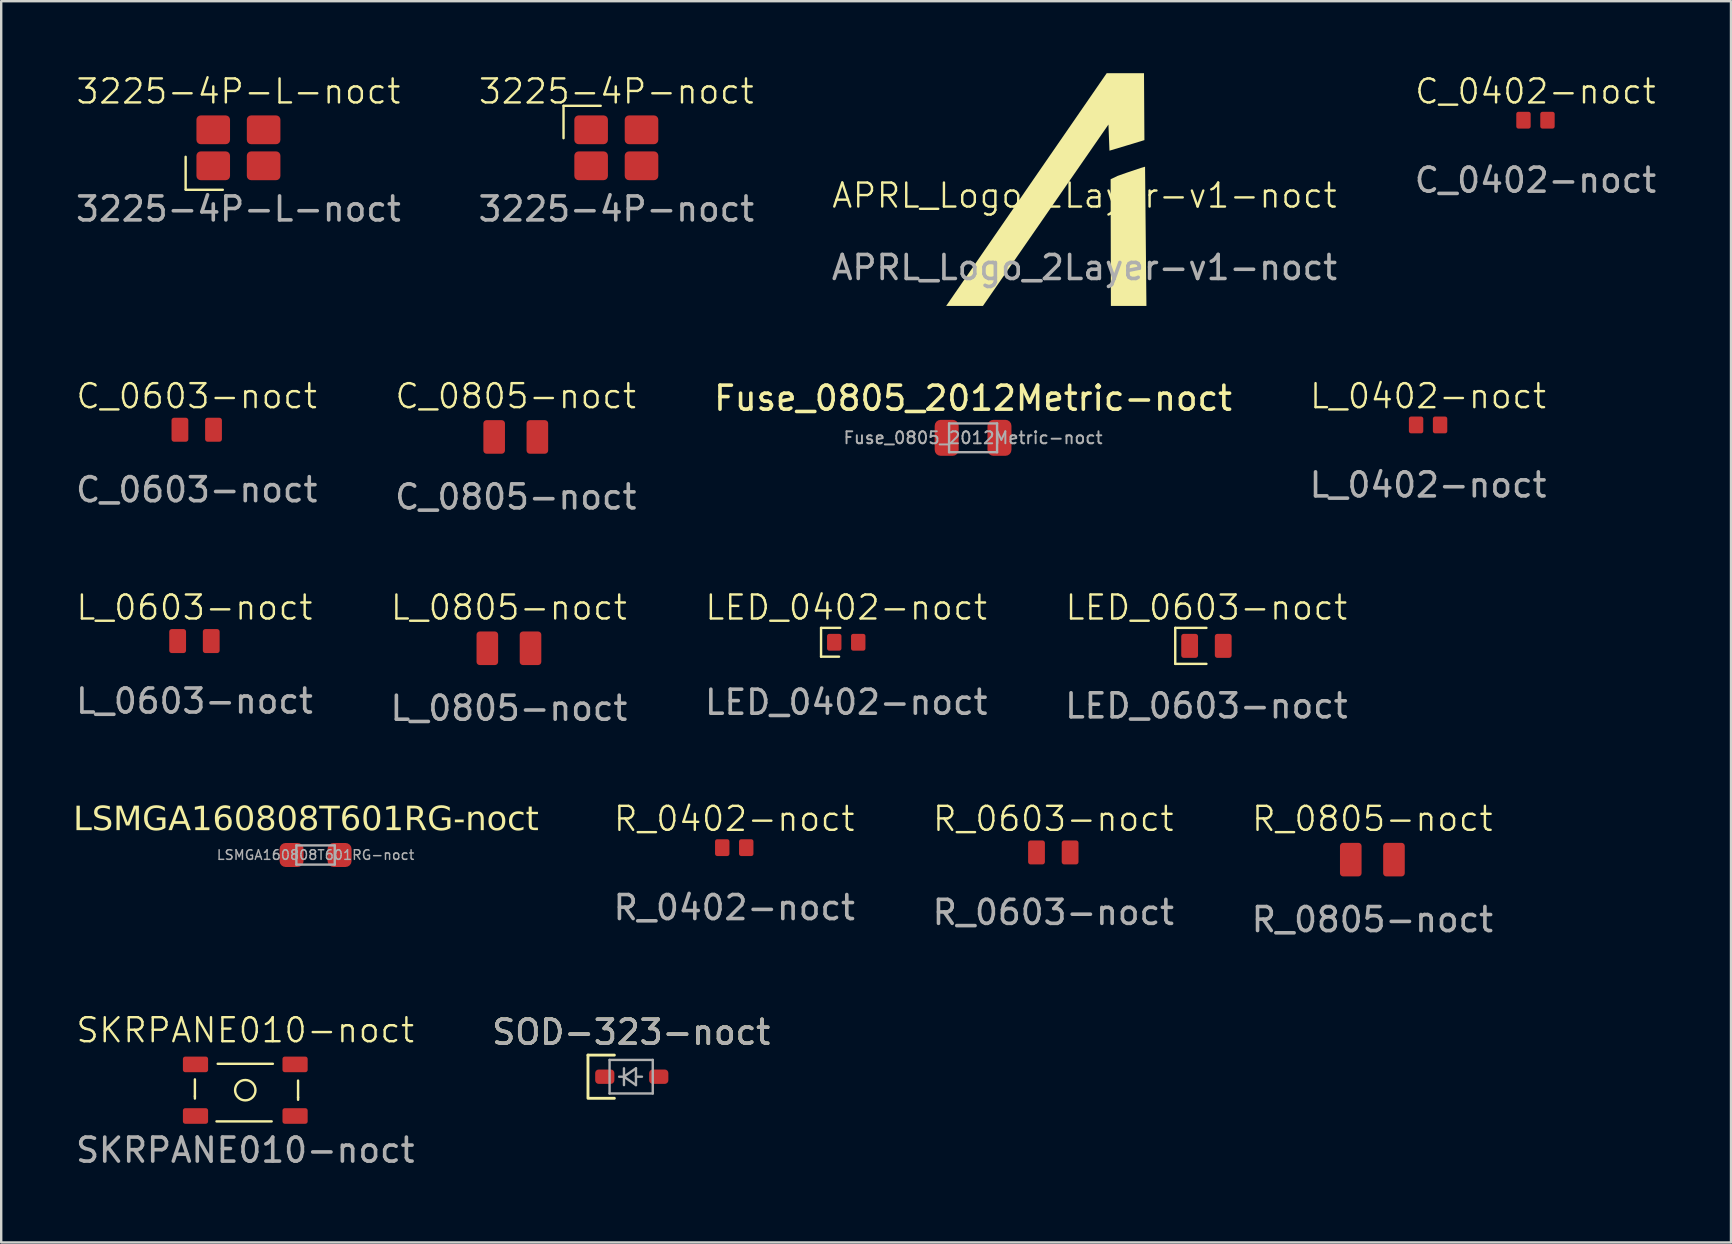
<source format=kicad_pcb>
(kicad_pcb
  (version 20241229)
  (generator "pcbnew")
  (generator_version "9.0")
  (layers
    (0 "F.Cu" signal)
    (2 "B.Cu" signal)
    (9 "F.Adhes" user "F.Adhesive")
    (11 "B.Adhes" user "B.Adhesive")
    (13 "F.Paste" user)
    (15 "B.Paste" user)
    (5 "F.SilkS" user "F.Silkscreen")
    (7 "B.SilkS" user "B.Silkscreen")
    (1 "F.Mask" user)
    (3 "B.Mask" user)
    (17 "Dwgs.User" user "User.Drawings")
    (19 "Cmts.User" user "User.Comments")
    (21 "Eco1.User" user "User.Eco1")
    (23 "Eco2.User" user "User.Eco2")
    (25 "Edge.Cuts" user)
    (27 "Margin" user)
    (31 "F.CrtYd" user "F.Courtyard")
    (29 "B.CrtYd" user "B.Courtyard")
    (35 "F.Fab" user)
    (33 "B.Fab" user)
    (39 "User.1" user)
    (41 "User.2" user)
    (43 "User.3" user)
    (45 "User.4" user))
  (footprint "LED_0603-noct"
    (layer "F.Cu")
    (at 47.232 23.869)
    (property "Reference" "LED_0603-noct" (at 0 -1.6 0) (unlocked yes) (layer "F.SilkS") (effects (font (size 1 1) (thickness 0.1))))
    (attr through_hole)
    (fp_line (start -1.3 -0.75) (end 0 -0.75) (stroke (width 0.1) (type default)) (layer "F.SilkS"))
    (fp_line (start -1.3 0.75) (end -1.3 -0.75) (stroke (width 0.1) (type default)) (layer "F.SilkS"))
    (fp_line (start -1.3 0.75) (end 0 0.75) (stroke (width 0.1) (type default)) (layer "F.SilkS"))
    (fp_text user "${REFERENCE}" (at 0 2.5 0) (unlocked yes) (layer "F.Fab") (effects (font (size 1 1) (thickness 0.15))))
    (pad "1" smd roundrect (at -0.7 0) (size 0.7 1) (layers "F.Cu" "F.Mask" "F.Paste") (roundrect_rratio 0.15))
    (pad "2" smd roundrect (at 0.7 0) (size 0.7 1) (layers "F.Cu" "F.Mask" "F.Paste") (roundrect_rratio 0.15)))
  (footprint "L_0603-noct"
    (layer "F.Cu")
    (at 5.054 23.669)
    (property "Reference" "L_0603-noct" (at 0 -1.4 0) (unlocked yes) (layer "F.SilkS") (effects (font (size 1 1) (thickness 0.1))))
    (attr through_hole)
    (fp_text user "${REFERENCE}" (at 0 2.5 0) (unlocked yes) (layer "F.Fab") (effects (font (size 1 1) (thickness 0.15))))
    (pad "1" smd roundrect (at -0.7 0) (size 0.7 1) (layers "F.Cu" "F.Mask" "F.Paste") (roundrect_rratio 0.15))
    (pad "2" smd roundrect (at 0.7 0) (size 0.7 1) (layers "F.Cu" "F.Mask" "F.Paste") (roundrect_rratio 0.15)))
  (footprint "3225-4P-noct"
    (layer "F.Cu")
    (at 22.637 3.16)
    (property "Reference" "3225-4P-noct" (at 0 -2.4 0) (unlocked yes) (layer "F.SilkS") (effects (font (size 1 1) (thickness 0.1))))
    (attr smd)
    (fp_line (start -2.2 -1.8) (end -2.2 -0.45) (stroke (width 0.1) (type default)) (layer "F.SilkS"))
    (fp_line (start -0.65 -1.8) (end -2.2 -1.8) (stroke (width 0.1) (type default)) (layer "F.SilkS"))
    (fp_text user "${REFERENCE}" (at 0 2.5 0) (unlocked yes) (layer "F.Fab") (effects (font (size 1 1) (thickness 0.15))))
    (pad "1" smd roundrect (at -1.05 -0.8) (size 1.4 1.2) (layers "F.Cu" "F.Mask" "F.Paste") (roundrect_rratio 0.15))
    (pad "2" smd roundrect (at 1.05 -0.8) (size 1.4 1.2) (layers "F.Cu" "F.Mask" "F.Paste") (roundrect_rratio 0.15))
    (pad "3" smd roundrect (at 1.05 0.7) (size 1.4 1.2) (layers "F.Cu" "F.Mask" "F.Paste") (roundrect_rratio 0.15))
    (pad "4" smd roundrect (at -1.05 0.7) (size 1.4 1.2) (layers "F.Cu" "F.Mask" "F.Paste") (roundrect_rratio 0.15)))
  (footprint "R_0603-noct"
    (layer "F.Cu")
    (at 40.85 32.478)
    (property "Reference" "R_0603-noct" (at 0 -1.4 0) (unlocked yes) (layer "F.SilkS") (effects (font (size 1 1) (thickness 0.1))))
    (attr through_hole)
    (fp_text user "${REFERENCE}" (at 0 2.5 0) (unlocked yes) (layer "F.Fab") (effects (font (size 1 1) (thickness 0.15))))
    (pad "1" smd roundrect (at -0.7 0) (size 0.7 1) (layers "F.Cu" "F.Mask" "F.Paste") (roundrect_rratio 0.15))
    (pad "2" smd roundrect (at 0.7 0) (size 0.7 1) (layers "F.Cu" "F.Mask" "F.Paste") (roundrect_rratio 0.15)))
  (footprint "L_0805-noct"
    (layer "F.Cu")
    (at 18.161 23.969)
    (property "Reference" "L_0805-noct" (at 0 -1.7 0) (unlocked yes) (layer "F.SilkS") (effects (font (size 1 1) (thickness 0.1))))
    (attr through_hole)
    (fp_text user "${REFERENCE}" (at 0 2.5 0) (unlocked yes) (layer "F.Fab") (effects (font (size 1 1) (thickness 0.15))))
    (pad "1" smd roundrect (at -0.9 0) (size 0.9 1.4) (layers "F.Cu" "F.Mask" "F.Paste") (roundrect_rratio 0.15))
    (pad "2" smd roundrect (at 0.9 0) (size 0.9 1.4) (layers "F.Cu" "F.Mask" "F.Paste") (roundrect_rratio 0.15)))
  (footprint "LSMGA160808T601RG-noct"
    (layer "F.Cu")
    (at 10.102 32.584)
    (property "Reference" "LSMGA160808T601RG-noct" (at -0.4 -1.45 0) (layer "F.SilkS") (effects (font (face "Inter") (size 1 1) (thickness 0.15))))
    (attr smd)
    (fp_line (start -0.8 -0.4) (end 0.8 -0.4) (stroke (width 0.1) (type solid)) (layer "F.Fab"))
    (fp_line (start -0.8 0.4) (end -0.8 -0.4) (stroke (width 0.1) (type solid)) (layer "F.Fab"))
    (fp_line (start 0.8 -0.4) (end 0.8 0.4) (stroke (width 0.1) (type solid)) (layer "F.Fab"))
    (fp_line (start 0.8 0.4) (end -0.8 0.4) (stroke (width 0.1) (type solid)) (layer "F.Fab"))
    (fp_text user "${REFERENCE}" (at 0 0 0) (layer "F.Fab") (effects (font (size 0.4 0.4) (thickness 0.06))))
    (pad "1" smd roundrect (at -1 0) (size 1 1) (layers "F.Cu" "F.Mask" "F.Paste") (roundrect_rratio 0.25))
    (pad "2" smd roundrect (at 1 0) (size 1 1) (layers "F.Cu" "F.Mask" "F.Paste") (roundrect_rratio 0.25)))
  (footprint "R_0402-noct"
    (layer "F.Cu")
    (at 27.552 32.278)
    (property "Reference" "R_0402-noct" (at 0 -1.2 0) (unlocked yes) (layer "F.SilkS") (effects (font (size 1 1) (thickness 0.1))))
    (attr through_hole)
    (fp_text user "${REFERENCE}" (at 0 2.5 0) (unlocked yes) (layer "F.Fab") (effects (font (size 1 1) (thickness 0.15))))
    (pad "1" smd roundrect (at -0.5 0) (size 0.6 0.7) (layers "F.Cu" "F.Mask" "F.Paste") (roundrect_rratio 0.15))
    (pad "2" smd roundrect (at 0.5 0) (size 0.6 0.7) (layers "F.Cu" "F.Mask" "F.Paste") (roundrect_rratio 0.15)))
  (footprint "C_0603-noct"
    (layer "F.Cu")
    (at 5.149 14.861)
    (property "Reference" "C_0603-noct" (at 0 -1.4 0) (unlocked yes) (layer "F.SilkS") (effects (font (size 1 1) (thickness 0.1))))
    (attr through_hole)
    (fp_text user "${REFERENCE}" (at 0 2.5 0) (unlocked yes) (layer "F.Fab") (effects (font (size 1 1) (thickness 0.15))))
    (pad "1" smd roundrect (at -0.7 0) (size 0.7 1) (layers "F.Cu" "F.Mask" "F.Paste") (roundrect_rratio 0.15))
    (pad "2" smd roundrect (at 0.7 0) (size 0.7 1) (layers "F.Cu" "F.Mask" "F.Paste") (roundrect_rratio 0.15)))
  (footprint "Fuse_0805_2012Metric-noct"
    (layer "F.Cu")
    (at 37.506 15.198)
    (property "Reference" "Fuse_0805_2012Metric-noct" (at 0 -1.65 0) (layer "F.SilkS") (effects (font (size 1 1) (thickness 0.15))))
    (attr smd)
    (fp_line (start -1 -0.6) (end 1 -0.6) (stroke (width 0.1) (type solid)) (layer "F.Fab"))
    (fp_line (start -1 0.6) (end -1 -0.6) (stroke (width 0.1) (type solid)) (layer "F.Fab"))
    (fp_line (start 1 -0.6) (end 1 0.6) (stroke (width 0.1) (type solid)) (layer "F.Fab"))
    (fp_line (start 1 0.6) (end -1 0.6) (stroke (width 0.1) (type solid)) (layer "F.Fab"))
    (fp_text user "${REFERENCE}" (at 0 0 0) (layer "F.Fab") (effects (font (size 0.5 0.5) (thickness 0.08))))
    (pad "1" smd roundrect (at -1.1 0) (size 1 1.5) (layers "F.Cu" "F.Mask" "F.Paste") (roundrect_rratio 0.25))
    (pad "2" smd roundrect (at 1.1 0) (size 1 1.5) (layers "F.Cu" "F.Mask" "F.Paste") (roundrect_rratio 0.25)))
  (footprint "C_0805-noct"
    (layer "F.Cu")
    (at 18.446 15.161)
    (property "Reference" "C_0805-noct" (at 0 -1.7 0) (unlocked yes) (layer "F.SilkS") (effects (font (size 1 1) (thickness 0.1))))
    (attr through_hole)
    (fp_text user "${REFERENCE}" (at 0 2.5 0) (unlocked yes) (layer "F.Fab") (effects (font (size 1 1) (thickness 0.15))))
    (pad "1" smd roundrect (at -0.9 0) (size 0.9 1.4) (layers "F.Cu" "F.Mask" "F.Paste") (roundrect_rratio 0.15))
    (pad "2" smd roundrect (at 0.9 0) (size 0.9 1.4) (layers "F.Cu" "F.Mask" "F.Paste") (roundrect_rratio 0.15)))
  (footprint "3225-4P-L-noct"
    (layer "F.Cu")
    (at 6.887 3.16)
    (property "Reference" "3225-4P-L-noct" (at 0 -2.4 0) (unlocked yes) (layer "F.SilkS") (effects (font (size 1 1) (thickness 0.1))))
    (attr smd)
    (fp_line (start -2.2 0.325) (end -2.2 1.675) (stroke (width 0.1) (type default)) (layer "F.SilkS"))
    (fp_line (start -0.65 1.7) (end -2.2 1.7) (stroke (width 0.1) (type default)) (layer "F.SilkS"))
    (fp_text user "${REFERENCE}" (at 0 2.5 0) (unlocked yes) (layer "F.Fab") (effects (font (size 1 1) (thickness 0.15))))
    (pad "1" smd roundrect (at -1.05 0.7) (size 1.4 1.2) (layers "F.Cu" "F.Mask" "F.Paste") (roundrect_rratio 0.15))
    (pad "2" smd roundrect (at 1.05 0.7) (size 1.4 1.2) (layers "F.Cu" "F.Mask" "F.Paste") (roundrect_rratio 0.15))
    (pad "3" smd roundrect (at 1.05 -0.8) (size 1.4 1.2) (layers "F.Cu" "F.Mask" "F.Paste") (roundrect_rratio 0.15))
    (pad "4" smd roundrect (at -1.05 -0.8) (size 1.4 1.2) (layers "F.Cu" "F.Mask" "F.Paste") (roundrect_rratio 0.15)))
  (footprint "R_0805-noct"
    (layer "F.Cu")
    (at 54.148 32.778)
    (property "Reference" "R_0805-noct" (at 0 -1.7 0) (unlocked yes) (layer "F.SilkS") (effects (font (size 1 1) (thickness 0.1))))
    (attr through_hole)
    (fp_text user "${REFERENCE}" (at 0 2.5 0) (unlocked yes) (layer "F.Fab") (effects (font (size 1 1) (thickness 0.15))))
    (pad "1" smd roundrect (at -0.9 0) (size 0.9 1.4) (layers "F.Cu" "F.Mask" "F.Paste") (roundrect_rratio 0.15))
    (pad "2" smd roundrect (at 0.9 0) (size 0.9 1.4) (layers "F.Cu" "F.Mask" "F.Paste") (roundrect_rratio 0.15)))
  (footprint "SKRPANE010-noct"
    (layer "F.Cu")
    (at 7.173 42.387)
    (property "Reference" "SKRPANE010-noct" (at 0 -2.5 0) (unlocked yes) (layer "F.SilkS") (effects (font (size 1 1) (thickness 0.1))))
    (attr smd)
    (fp_line (start -2.1 -0.45) (end -2.1 0.25) (stroke (width 0.1) (type default)) (layer "F.SilkS"))
    (fp_line (start -2.1 0.25) (end -2.1 0.35) (stroke (width 0.1) (type default)) (layer "F.SilkS"))
    (fp_line (start 1.1 1.3) (end -1.2 1.3) (stroke (width 0.1) (type default)) (layer "F.SilkS"))
    (fp_line (start 1.15 -1.1) (end -1.15 -1.1) (stroke (width 0.1) (type default)) (layer "F.SilkS"))
    (fp_line (start 2.2 -0.4) (end 2.2 0.3) (stroke (width 0.1) (type default)) (layer "F.SilkS"))
    (fp_line (start 2.2 0.3) (end 2.2 0.4) (stroke (width 0.1) (type default)) (layer "F.SilkS"))
    (fp_circle (center 0 0) (end 0.3 0.3) (stroke (width 0.1) (type default)) (fill no) (layer "F.SilkS"))
    (fp_text user "${REFERENCE}" (at 0 2.5 0) (unlocked yes) (layer "F.Fab") (effects (font (size 1 1) (thickness 0.15))))
    (pad "1" smd roundrect (at -2.075 -1.075) (size 1.05 0.65) (layers "F.Cu" "F.Mask" "F.Paste") (roundrect_rratio 0.15))
    (pad "2" smd roundrect (at 2.075 -1.075) (size 1.05 0.65) (layers "F.Cu" "F.Mask" "F.Paste") (roundrect_rratio 0.15))
    (pad "3" smd roundrect (at -2.075 1.075) (size 1.05 0.65) (layers "F.Cu" "F.Mask" "F.Paste") (roundrect_rratio 0.15))
    (pad "4" smd roundrect (at 2.075 1.075) (size 1.05 0.65) (layers "F.Cu" "F.Mask" "F.Paste") (roundrect_rratio 0.15)))
  (footprint "LED_0402-noct"
    (layer "F.Cu")
    (at 32.22 23.719)
    (property "Reference" "LED_0402-noct" (at 0 -1.45 0) (unlocked yes) (layer "F.SilkS") (effects (font (size 1 1) (thickness 0.1))))
    (attr through_hole)
    (fp_line (start -1.05 -0.6) (end -1.05 0.6) (stroke (width 0.1) (type default)) (layer "F.SilkS"))
    (fp_line (start -1.05 0.6) (end -0.3 0.6) (stroke (width 0.1) (type default)) (layer "F.SilkS"))
    (fp_line (start -0.25 -0.6) (end -1.05 -0.6) (stroke (width 0.1) (type default)) (layer "F.SilkS"))
    (fp_text user "${REFERENCE}" (at 0 2.5 0) (unlocked yes) (layer "F.Fab") (effects (font (size 1 1) (thickness 0.15))))
    (pad "1" smd roundrect (at -0.5 0) (size 0.6 0.7) (layers "F.Cu" "F.Mask" "F.Paste") (roundrect_rratio 0.15))
    (pad "2" smd roundrect (at 0.5 0) (size 0.6 0.7) (layers "F.Cu" "F.Mask" "F.Paste") (roundrect_rratio 0.15)))
  (footprint "L_0402-noct"
    (layer "F.Cu")
    (at 56.47 14.661)
    (property "Reference" "L_0402-noct" (at 0 -1.2 0) (unlocked yes) (layer "F.SilkS") (effects (font (size 1 1) (thickness 0.1))))
    (attr through_hole)
    (fp_text user "${REFERENCE}" (at 0 2.5 0) (unlocked yes) (layer "F.Fab") (effects (font (size 1 1) (thickness 0.15))))
    (pad "1" smd roundrect (at -0.5 0) (size 0.6 0.7) (layers "F.Cu" "F.Mask" "F.Paste") (roundrect_rratio 0.15))
    (pad "2" smd roundrect (at 0.5 0) (size 0.6 0.7) (layers "F.Cu" "F.Mask" "F.Paste") (roundrect_rratio 0.15)))
  (footprint "SOD-323-noct"
    (layer "F.Cu")
    (at 23.256 41.825)
    (property "Reference" "SOD-323-noct" (at 0 -1.85 0) (layer "F.SilkS") (effects (font (size 1 1) (thickness 0.15))))
    (attr smd)
    (fp_line (start -1.8 -0.9) (end -1.8 0.85) (stroke (width 0.12) (type solid)) (layer "F.SilkS"))
    (fp_line (start -1.8 -0.9) (end -0.7 -0.9) (stroke (width 0.12) (type solid)) (layer "F.SilkS"))
    (fp_line (start -1.8 0.9) (end -0.7 0.9) (stroke (width 0.12) (type solid)) (layer "F.SilkS"))
    (fp_line (start -0.9 -0.7) (end 0.9 -0.7) (stroke (width 0.1) (type solid)) (layer "F.Fab"))
    (fp_line (start -0.9 0.7) (end -0.9 -0.7) (stroke (width 0.1) (type solid)) (layer "F.Fab"))
    (fp_line (start -0.3 -0.35) (end -0.3 0.35) (stroke (width 0.1) (type solid)) (layer "F.Fab"))
    (fp_line (start -0.3 0) (end -0.5 0) (stroke (width 0.1) (type solid)) (layer "F.Fab"))
    (fp_line (start -0.3 0) (end 0.2 -0.35) (stroke (width 0.1) (type solid)) (layer "F.Fab"))
    (fp_line (start 0.2 -0.35) (end 0.2 0.35) (stroke (width 0.1) (type solid)) (layer "F.Fab"))
    (fp_line (start 0.2 0) (end 0.45 0) (stroke (width 0.1) (type solid)) (layer "F.Fab"))
    (fp_line (start 0.2 0.35) (end -0.3 0) (stroke (width 0.1) (type solid)) (layer "F.Fab"))
    (fp_line (start 0.9 -0.7) (end 0.9 0.7) (stroke (width 0.1) (type solid)) (layer "F.Fab"))
    (fp_line (start 0.9 0.7) (end -0.9 0.7) (stroke (width 0.1) (type solid)) (layer "F.Fab"))
    (fp_text user "${REFERENCE}" (at 0 -1.85 0) (layer "F.Fab") (effects (font (size 1 1) (thickness 0.15))))
    (pad "1" smd roundrect (at -1.1 0) (size 0.8 0.6) (layers "F.Cu" "F.Mask" "F.Paste") (roundrect_rratio 0.25))
    (pad "2" smd roundrect (at 1.15 0) (size 0.8 0.6) (layers "F.Cu" "F.Mask" "F.Paste") (roundrect_rratio 0.25)))
  (footprint "C_0402-noct"
    (layer "F.Cu")
    (at 60.946 1.96)
    (property "Reference" "C_0402-noct" (at 0 -1.2 0) (unlocked yes) (layer "F.SilkS") (effects (font (size 1 1) (thickness 0.1))))
    (attr through_hole)
    (fp_text user "${REFERENCE}" (at 0 2.5 0) (unlocked yes) (layer "F.Fab") (effects (font (size 1 1) (thickness 0.15))))
    (pad "1" smd roundrect (at -0.5 0) (size 0.6 0.7) (layers "F.Cu" "F.Mask" "F.Paste") (roundrect_rratio 0.15))
    (pad "2" smd roundrect (at 0.5 0) (size 0.6 0.7) (layers "F.Cu" "F.Mask" "F.Paste") (roundrect_rratio 0.15)))
  (footprint "APRL_Logo_2Layer-v1-noct"
    (layer "F.Cu")
    (at 42.149 5.6)
    (property "Reference" "APRL_Logo_2Layer-v1-noct" (at 0 -0.5 0) (unlocked yes) (layer "F.SilkS") (effects (font (size 1 1) (thickness 0.1))))
    (attr through_hole)
    (fp_poly (pts (xy 0.046 -0.158) (xy 0.125 -0.035) (xy 0.258 0.557) (xy 0.507 0.906) (xy 0.92 1.195) (xy 1.071 1.262) (xy 1.08 2.067) (xy 0.4 1.764) (xy 0.042 1.509) (xy -0.09 1.372) (xy -0.134 1.735) (xy -0.052 2.251) (xy 0.122 2.619) (xy 0.442 2.956) (xy 0.897 3.208) (xy 1.09 3.262) (xy 1.094 4.051) (xy 0.646 3.939) (xy 0.023 3.648) (xy -0.442 3.303) (xy -0.802 2.827) (xy -0.922 2.367) (xy -0.906 1.586) (xy -0.737 0.876) (xy -0.428 0.278) (xy -0.05 -0.146)) (stroke (width 0) (type solid)) (fill yes) (layer "F.Mask"))
    (fp_poly (pts (xy 3.366 -2.916) (xy 3.71 -2.881) (xy 3.782 -2.855) (xy 4.147 -2.761) (xy 4.639 -2.567) (xy 5.039 -2.349) (xy 5.211 -2.255) (xy 5.517 -2.039) (xy 5.559 -2.008) (xy 6.024 -1.639) (xy 6.409 -1.25) (xy 6.492 -0.933) (xy 6.468 -0.85) (xy 6.226 -0.949) (xy 5.472 -1.36) (xy 4.793 -1.658) (xy 4.408 -1.75) (xy 3.649 -1.864) (xy 2.721 -1.778) (xy 1.417 -1.34) (xy 0.542 -0.935) (xy -0.481 -0.262) (xy -1.892 0.874) (xy -2.17 1.143) (xy -0.183 -1.74) (xy 0.836 -2.302) (xy 2.049 -2.666) (xy 2.73 -2.877)) (stroke (width 0) (type solid)) (fill yes) (layer "F.Mask"))
    (fp_poly (pts (xy 2.481 -5.6) (xy 2.498 -2.81) (xy 1.742 -2.58) (xy 1.042 -2.37) (xy 0.999 -3.459) (xy -4.231 4.1) (xy -5.764 4.1) (xy 0.927 -5.6)) (stroke (width 0) (type solid)) (fill yes) (layer "F.SilkS"))
    (fp_poly (pts (xy 2.525 -1.702) (xy 2.582 4.1) (xy 1.101 4.1) (xy 1.09 -1.18) (xy 1.382 -1.319) (xy 1.744 -1.447) (xy 2.358 -1.653) (xy 2.52 -1.7)) (stroke (width 0) (type solid)) (fill yes) (layer "F.SilkS"))
    (fp_text user "${REFERENCE}" (at 0 2.5 0) (unlocked yes) (layer "F.Fab") (effects (font (size 1 1) (thickness 0.15)))))
  (gr_rect
    (start -3 -3)
    (end 69.095 48.735)
    (stroke (width 0.1) (type default))
    (fill no)
    (layer "Edge.Cuts")))
</source>
